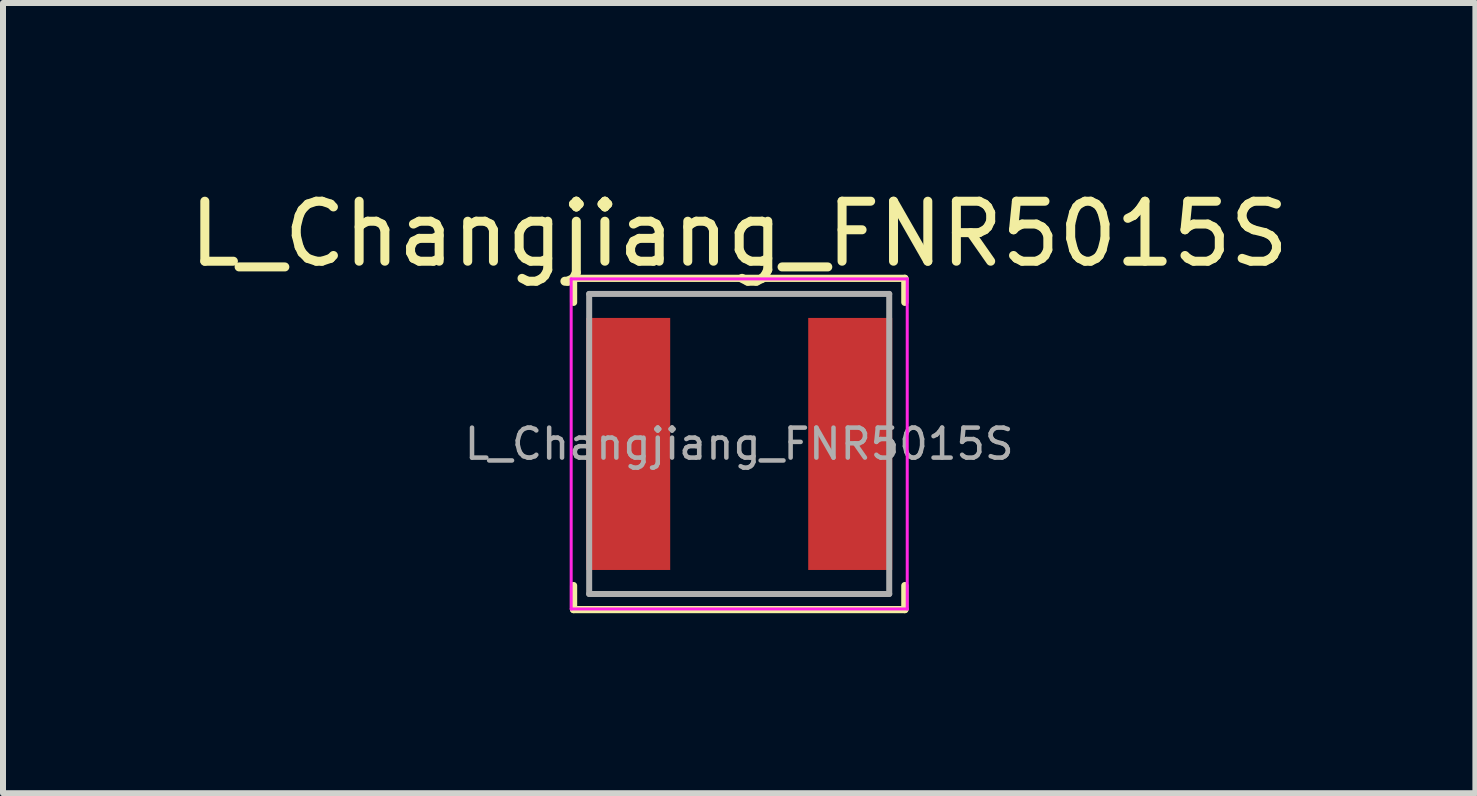
<source format=kicad_pcb>
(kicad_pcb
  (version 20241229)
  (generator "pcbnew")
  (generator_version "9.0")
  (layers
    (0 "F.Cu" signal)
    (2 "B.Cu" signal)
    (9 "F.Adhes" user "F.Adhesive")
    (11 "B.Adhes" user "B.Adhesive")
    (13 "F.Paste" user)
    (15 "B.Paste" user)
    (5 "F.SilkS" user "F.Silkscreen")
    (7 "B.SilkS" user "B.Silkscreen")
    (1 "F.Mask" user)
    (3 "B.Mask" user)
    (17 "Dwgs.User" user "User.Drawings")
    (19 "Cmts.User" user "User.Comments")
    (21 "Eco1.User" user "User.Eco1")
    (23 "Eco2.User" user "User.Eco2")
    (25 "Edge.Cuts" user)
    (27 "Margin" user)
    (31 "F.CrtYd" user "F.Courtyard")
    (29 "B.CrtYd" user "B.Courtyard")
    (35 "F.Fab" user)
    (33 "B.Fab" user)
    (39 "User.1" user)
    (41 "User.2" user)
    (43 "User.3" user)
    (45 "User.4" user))
  (footprint "L_Changjiang_FNR5015S"
    (layer "F.Cu")
    (at 9.268 4.348)
    (property "Reference" "L_Changjiang_FNR5015S" (at 0 -3.5 0) (layer "F.SilkS") (effects (font (size 1 1) (thickness 0.15))))
    (attr smd)
    (fp_line (start -2.76 -2.76) (end -2.76 -2.36) (stroke (width 0.12) (type solid)) (layer "F.SilkS"))
    (fp_line (start -2.76 -2.76) (end 2.76 -2.76) (stroke (width 0.12) (type solid)) (layer "F.SilkS"))
    (fp_line (start -2.76 2.76) (end -2.76 2.36) (stroke (width 0.12) (type solid)) (layer "F.SilkS"))
    (fp_line (start -2.76 2.76) (end 2.76 2.76) (stroke (width 0.12) (type solid)) (layer "F.SilkS"))
    (fp_line (start 2.76 -2.76) (end 2.76 -2.36) (stroke (width 0.12) (type solid)) (layer "F.SilkS"))
    (fp_line (start 2.76 2.76) (end 2.76 2.36) (stroke (width 0.12) (type solid)) (layer "F.SilkS"))
    (fp_line (start -2.8 -2.75) (end -2.8 2.75) (stroke (width 0.05) (type solid)) (layer "F.CrtYd"))
    (fp_line (start -2.8 2.75) (end 2.8 2.75) (stroke (width 0.05) (type solid)) (layer "F.CrtYd"))
    (fp_line (start 2.8 -2.75) (end -2.8 -2.75) (stroke (width 0.05) (type solid)) (layer "F.CrtYd"))
    (fp_line (start 2.8 2.75) (end 2.8 -2.75) (stroke (width 0.05) (type solid)) (layer "F.CrtYd"))
    (fp_line (start -2.5 -2.5) (end -2.5 2.5) (stroke (width 0.1) (type solid)) (layer "F.Fab"))
    (fp_line (start -2.5 2.5) (end 2.5 2.5) (stroke (width 0.1) (type solid)) (layer "F.Fab"))
    (fp_line (start 2.5 -2.5) (end -2.5 -2.5) (stroke (width 0.1) (type solid)) (layer "F.Fab"))
    (fp_line (start 2.5 2.5) (end 2.5 -2.5) (stroke (width 0.1) (type solid)) (layer "F.Fab"))
    (fp_text user "${REFERENCE}" (at 0 0 0) (layer "F.Fab") (effects (font (size 0.5 0.5) (thickness 0.075))))
    (pad "1" smd rect (at -1.85 0) (size 1.4 4.2) (layers "F.Cu" "F.Mask" "F.Paste"))
    (pad "2" smd rect (at 1.85 0) (size 1.4 4.2) (layers "F.Cu" "F.Mask" "F.Paste")))
  (gr_rect
    (start -3 -3)
    (end 21.536 10.168)
    (stroke (width 0.1) (type default))
    (fill no)
    (layer "Edge.Cuts")))
</source>
